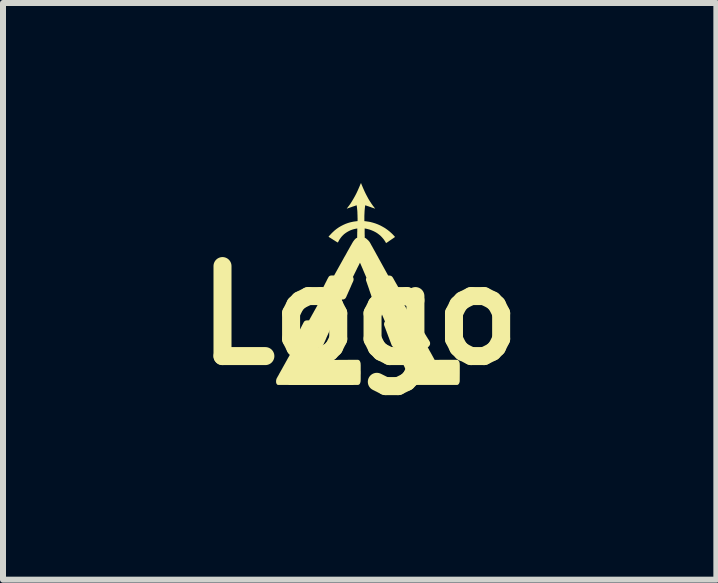
<source format=kicad_pcb>
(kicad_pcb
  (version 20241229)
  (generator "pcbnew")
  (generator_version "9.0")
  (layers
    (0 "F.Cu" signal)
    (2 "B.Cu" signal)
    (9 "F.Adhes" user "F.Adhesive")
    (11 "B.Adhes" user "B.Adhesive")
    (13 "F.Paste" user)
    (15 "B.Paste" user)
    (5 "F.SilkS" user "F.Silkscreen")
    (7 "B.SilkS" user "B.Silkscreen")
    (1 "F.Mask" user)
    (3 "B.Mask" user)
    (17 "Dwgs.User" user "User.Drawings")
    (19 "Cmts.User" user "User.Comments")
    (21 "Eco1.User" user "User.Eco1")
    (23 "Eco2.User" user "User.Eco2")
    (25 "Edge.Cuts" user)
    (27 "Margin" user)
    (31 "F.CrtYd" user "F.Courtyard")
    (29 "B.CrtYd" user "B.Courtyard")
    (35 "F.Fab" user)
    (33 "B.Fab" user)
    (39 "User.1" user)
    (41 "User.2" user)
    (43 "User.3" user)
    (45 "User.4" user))
  (footprint "Logo"
    (layer "F.Cu")
    (at 2.943 2.205)
    (property "Reference" "Logo" (at 0 0 0) (layer "F.SilkS") (effects (font (size 1.5 1.5) (thickness 0.3))))
    (attr board_only exclude_from_pos_files exclude_from_bom)
    (fp_poly (pts (xy 0.023 -2.204) (xy 0.024 -2.202) (xy 0.025 -2.199) (xy 0.026 -2.194) (xy 0.029 -2.188) (xy 0.032 -2.179) (xy 0.036 -2.17) (xy 0.041 -2.159) (xy 0.046 -2.147) (xy 0.051 -2.135) (xy 0.056 -2.123) (xy 0.062 -2.11) (xy 0.067 -2.098) (xy 0.072 -2.087) (xy 0.077 -2.076) (xy 0.081 -2.067) (xy 0.102 -2.023) (xy 0.125 -1.98) (xy 0.147 -1.939) (xy 0.171 -1.9) (xy 0.195 -1.863) (xy 0.219 -1.829) (xy 0.244 -1.797) (xy 0.246 -1.794) (xy 0.25 -1.789) (xy 0.253 -1.784) (xy 0.256 -1.781) (xy 0.258 -1.779) (xy 0.258 -1.779) (xy 0.258 -1.778) (xy 0.256 -1.779) (xy 0.253 -1.779) (xy 0.247 -1.782) (xy 0.239 -1.784) (xy 0.23 -1.788) (xy 0.219 -1.791) (xy 0.208 -1.795) (xy 0.196 -1.799) (xy 0.184 -1.804) (xy 0.171 -1.808) (xy 0.159 -1.812) (xy 0.147 -1.817) (xy 0.135 -1.82) (xy 0.125 -1.824) (xy 0.115 -1.827) (xy 0.107 -1.83) (xy 0.101 -1.832) (xy 0.096 -1.834) (xy 0.094 -1.835) (xy 0.094 -1.835) (xy 0.093 -1.833) (xy 0.092 -1.83) (xy 0.091 -1.828) (xy 0.088 -1.806) (xy 0.086 -1.785) (xy 0.084 -1.764) (xy 0.082 -1.744) (xy 0.081 -1.723) (xy 0.08 -1.702) (xy 0.079 -1.679) (xy 0.078 -1.655) (xy 0.078 -1.628) (xy 0.078 -1.57) (xy 0.084 -1.57) (xy 0.093 -1.569) (xy 0.104 -1.568) (xy 0.117 -1.566) (xy 0.13 -1.564) (xy 0.143 -1.562) (xy 0.156 -1.56) (xy 0.168 -1.558) (xy 0.178 -1.556) (xy 0.22 -1.545) (xy 0.262 -1.532) (xy 0.304 -1.516) (xy 0.344 -1.498) (xy 0.383 -1.477) (xy 0.421 -1.455) (xy 0.457 -1.43) (xy 0.492 -1.403) (xy 0.525 -1.374) (xy 0.547 -1.353) (xy 0.554 -1.346) (xy 0.561 -1.338) (xy 0.568 -1.331) (xy 0.574 -1.324) (xy 0.58 -1.318) (xy 0.584 -1.313) (xy 0.587 -1.309) (xy 0.589 -1.307) (xy 0.589 -1.307) (xy 0.588 -1.306) (xy 0.585 -1.304) (xy 0.58 -1.3) (xy 0.573 -1.296) (xy 0.566 -1.29) (xy 0.557 -1.284) (xy 0.547 -1.277) (xy 0.537 -1.27) (xy 0.526 -1.263) (xy 0.515 -1.255) (xy 0.504 -1.248) (xy 0.493 -1.24) (xy 0.483 -1.233) (xy 0.473 -1.226) (xy 0.464 -1.22) (xy 0.456 -1.215) (xy 0.449 -1.211) (xy 0.444 -1.207) (xy 0.441 -1.205) (xy 0.439 -1.204) (xy 0.439 -1.204) (xy 0.439 -1.206) (xy 0.437 -1.209) (xy 0.435 -1.213) (xy 0.433 -1.216) (xy 0.429 -1.224) (xy 0.423 -1.234) (xy 0.416 -1.244) (xy 0.409 -1.255) (xy 0.401 -1.266) (xy 0.394 -1.275) (xy 0.389 -1.281) (xy 0.367 -1.306) (xy 0.343 -1.33) (xy 0.317 -1.351) (xy 0.29 -1.371) (xy 0.26 -1.389) (xy 0.23 -1.404) (xy 0.197 -1.418) (xy 0.164 -1.43) (xy 0.13 -1.439) (xy 0.104 -1.445) (xy 0.097 -1.446) (xy 0.091 -1.447) (xy 0.087 -1.448) (xy 0.084 -1.448) (xy 0.084 -1.448) (xy 0.083 -1.447) (xy 0.083 -1.443) (xy 0.083 -1.436) (xy 0.083 -1.427) (xy 0.083 -1.416) (xy 0.083 -1.402) (xy 0.083 -1.387) (xy 0.083 -1.369) (xy 0.083 -1.348) (xy 0.084 -1.342) (xy 0.084 -1.294) (xy 0.092 -1.29) (xy 0.1 -1.286) (xy 0.109 -1.28) (xy 0.118 -1.272) (xy 0.128 -1.263) (xy 0.138 -1.254) (xy 0.148 -1.244) (xy 0.156 -1.234) (xy 0.164 -1.225) (xy 0.167 -1.219) (xy 0.169 -1.217) (xy 0.171 -1.213) (xy 0.175 -1.206) (xy 0.18 -1.198) (xy 0.186 -1.187) (xy 0.192 -1.175) (xy 0.2 -1.161) (xy 0.209 -1.146) (xy 0.218 -1.129) (xy 0.228 -1.111) (xy 0.239 -1.091) (xy 0.251 -1.07) (xy 0.263 -1.048) (xy 0.275 -1.026) (xy 0.288 -1.002) (xy 0.302 -0.978) (xy 0.315 -0.953) (xy 0.324 -0.937) (xy 0.474 -0.665) (xy 0.491 -0.664) (xy 0.503 -0.663) (xy 0.514 -0.661) (xy 0.523 -0.657) (xy 0.532 -0.653) (xy 0.54 -0.646) (xy 0.54 -0.646) (xy 0.541 -0.644) (xy 0.543 -0.643) (xy 0.545 -0.641) (xy 0.546 -0.639) (xy 0.548 -0.636) (xy 0.551 -0.632) (xy 0.554 -0.627) (xy 0.557 -0.621) (xy 0.562 -0.614) (xy 0.567 -0.605) (xy 0.572 -0.595) (xy 0.579 -0.583) (xy 0.587 -0.569) (xy 0.596 -0.552) (xy 0.599 -0.548) (xy 0.607 -0.533) (xy 0.616 -0.518) (xy 0.625 -0.502) (xy 0.634 -0.486) (xy 0.642 -0.471) (xy 0.65 -0.456) (xy 0.658 -0.443) (xy 0.664 -0.431) (xy 0.668 -0.424) (xy 0.675 -0.413) (xy 0.681 -0.402) (xy 0.687 -0.391) (xy 0.693 -0.381) (xy 0.698 -0.372) (xy 0.702 -0.364) (xy 0.705 -0.358) (xy 0.705 -0.358) (xy 0.709 -0.351) (xy 0.713 -0.344) (xy 0.716 -0.337) (xy 0.718 -0.333) (xy 0.718 -0.331) (xy 0.72 -0.319) (xy 0.719 -0.306) (xy 0.716 -0.293) (xy 0.711 -0.282) (xy 0.703 -0.271) (xy 0.703 -0.27) (xy 0.696 -0.263) (xy 0.787 -0.098) (xy 0.797 -0.078) (xy 0.808 -0.059) (xy 0.818 -0.041) (xy 0.827 -0.024) (xy 0.836 -0.008) (xy 0.844 0.007) (xy 0.852 0.021) (xy 0.859 0.033) (xy 0.865 0.044) (xy 0.87 0.053) (xy 0.874 0.06) (xy 0.877 0.065) (xy 0.878 0.068) (xy 0.879 0.069) (xy 0.881 0.07) (xy 0.884 0.07) (xy 0.89 0.071) (xy 0.894 0.071) (xy 0.908 0.073) (xy 0.921 0.076) (xy 0.932 0.08) (xy 0.937 0.083) (xy 0.941 0.085) (xy 0.944 0.088) (xy 0.948 0.09) (xy 0.951 0.094) (xy 0.955 0.097) (xy 0.959 0.102) (xy 0.963 0.108) (xy 0.968 0.115) (xy 0.973 0.124) (xy 0.98 0.134) (xy 0.988 0.146) (xy 0.996 0.16) (xy 0.997 0.161) (xy 1.011 0.184) (xy 1.025 0.206) (xy 1.037 0.226) (xy 1.048 0.244) (xy 1.058 0.26) (xy 1.066 0.273) (xy 1.073 0.285) (xy 1.079 0.294) (xy 1.082 0.299) (xy 1.085 0.304) (xy 1.09 0.311) (xy 1.095 0.32) (xy 1.101 0.329) (xy 1.107 0.338) (xy 1.111 0.346) (xy 1.117 0.356) (xy 1.124 0.366) (xy 1.13 0.376) (xy 1.135 0.385) (xy 1.14 0.393) (xy 1.143 0.397) (xy 1.151 0.409) (xy 1.157 0.419) (xy 1.162 0.428) (xy 1.166 0.435) (xy 1.168 0.441) (xy 1.171 0.446) (xy 1.172 0.451) (xy 1.173 0.455) (xy 1.173 0.46) (xy 1.173 0.465) (xy 1.173 0.471) (xy 1.173 0.471) (xy 1.173 0.478) (xy 1.172 0.483) (xy 1.171 0.487) (xy 1.17 0.491) (xy 1.167 0.496) (xy 1.167 0.496) (xy 1.159 0.509) (xy 1.151 0.519) (xy 1.142 0.526) (xy 1.138 0.529) (xy 1.136 0.531) (xy 1.135 0.532) (xy 1.135 0.534) (xy 1.137 0.537) (xy 1.14 0.543) (xy 1.144 0.55) (xy 1.149 0.559) (xy 1.155 0.57) (xy 1.161 0.582) (xy 1.168 0.595) (xy 1.176 0.608) (xy 1.184 0.623) (xy 1.192 0.637) (xy 1.249 0.741) (xy 1.436 0.74) (xy 1.462 0.74) (xy 1.487 0.74) (xy 1.508 0.74) (xy 1.528 0.74) (xy 1.545 0.74) (xy 1.561 0.74) (xy 1.574 0.74) (xy 1.586 0.74) (xy 1.596 0.74) (xy 1.605 0.74) (xy 1.613 0.741) (xy 1.619 0.741) (xy 1.624 0.741) (xy 1.628 0.742) (xy 1.631 0.743) (xy 1.634 0.743) (xy 1.636 0.744) (xy 1.638 0.745) (xy 1.639 0.746) (xy 1.641 0.747) (xy 1.642 0.748) (xy 1.644 0.75) (xy 1.645 0.751) (xy 1.652 0.759) (xy 1.657 0.768) (xy 1.662 0.78) (xy 1.665 0.794) (xy 1.667 0.805) (xy 1.667 0.808) (xy 1.667 0.814) (xy 1.667 0.823) (xy 1.668 0.835) (xy 1.668 0.849) (xy 1.668 0.865) (xy 1.668 0.885) (xy 1.668 0.907) (xy 1.668 0.932) (xy 1.668 0.957) (xy 1.667 1.099) (xy 1.664 1.113) (xy 1.66 1.125) (xy 1.655 1.136) (xy 1.65 1.144) (xy 1.643 1.15) (xy 1.636 1.155) (xy 1.635 1.156) (xy 1.627 1.159) (xy 1.28 1.159) (xy 1.244 1.159) (xy 1.211 1.159) (xy 1.18 1.159) (xy 1.151 1.159) (xy 1.125 1.159) (xy 1.1 1.159) (xy 1.078 1.159) (xy 1.058 1.159) (xy 1.04 1.159) (xy 1.024 1.159) (xy 1.009 1.159) (xy 0.996 1.159) (xy 0.984 1.159) (xy 0.974 1.159) (xy 0.965 1.159) (xy 0.957 1.159) (xy 0.951 1.159) (xy 0.945 1.159) (xy 0.94 1.158) (xy 0.936 1.158) (xy 0.933 1.158) (xy 0.93 1.158) (xy 0.928 1.158) (xy 0.927 1.158) (xy 0.925 1.157) (xy 0.924 1.157) (xy 0.923 1.157) (xy 0.908 1.151) (xy 0.893 1.144) (xy 0.88 1.133) (xy 0.868 1.121) (xy 0.857 1.107) (xy 0.85 1.094) (xy 0.848 1.09) (xy 0.845 1.084) (xy 0.842 1.075) (xy 0.837 1.064) (xy 0.831 1.052) (xy 0.825 1.038) (xy 0.818 1.022) (xy 0.81 1.005) (xy 0.802 0.986) (xy 0.793 0.967) (xy 0.784 0.946) (xy 0.775 0.925) (xy 0.765 0.902) (xy 0.755 0.879) (xy 0.745 0.856) (xy 0.734 0.832) (xy 0.724 0.809) (xy 0.714 0.785) (xy 0.703 0.761) (xy 0.693 0.738) (xy 0.683 0.715) (xy 0.673 0.692) (xy 0.664 0.671) (xy 0.655 0.65) (xy 0.646 0.63) (xy 0.638 0.611) (xy 0.63 0.593) (xy 0.623 0.577) (xy 0.617 0.563) (xy 0.614 0.556) (xy 0.608 0.542) (xy 0.599 0.541) (xy 0.587 0.539) (xy 0.576 0.536) (xy 0.565 0.531) (xy 0.564 0.53) (xy 0.557 0.526) (xy 0.55 0.52) (xy 0.544 0.514) (xy 0.539 0.507) (xy 0.538 0.506) (xy 0.536 0.503) (xy 0.534 0.499) (xy 0.532 0.492) (xy 0.528 0.484) (xy 0.524 0.474) (xy 0.52 0.462) (xy 0.515 0.449) (xy 0.51 0.436) (xy 0.504 0.421) (xy 0.501 0.412) (xy 0.494 0.395) (xy 0.488 0.376) (xy 0.48 0.357) (xy 0.473 0.338) (xy 0.466 0.319) (xy 0.459 0.3) (xy 0.452 0.283) (xy 0.447 0.267) (xy 0.442 0.255) (xy 0.437 0.242) (xy 0.432 0.229) (xy 0.428 0.217) (xy 0.424 0.206) (xy 0.42 0.197) (xy 0.417 0.188) (xy 0.415 0.182) (xy 0.413 0.178) (xy 0.412 0.177) (xy 0.409 0.167) (xy 0.407 0.159) (xy 0.406 0.151) (xy 0.406 0.142) (xy 0.408 0.129) (xy 0.412 0.116) (xy 0.417 0.109) (xy 0.421 0.102) (xy 0.347 -0.073) (xy 0.274 -0.247) (xy 0.262 -0.249) (xy 0.25 -0.251) (xy 0.239 -0.255) (xy 0.23 -0.26) (xy 0.222 -0.267) (xy 0.217 -0.272) (xy 0.215 -0.274) (xy 0.213 -0.277) (xy 0.211 -0.28) (xy 0.209 -0.283) (xy 0.207 -0.288) (xy 0.205 -0.294) (xy 0.202 -0.301) (xy 0.199 -0.31) (xy 0.195 -0.322) (xy 0.193 -0.327) (xy 0.189 -0.341) (xy 0.184 -0.356) (xy 0.178 -0.371) (xy 0.173 -0.388) (xy 0.167 -0.404) (xy 0.161 -0.422) (xy 0.156 -0.439) (xy 0.15 -0.456) (xy 0.144 -0.472) (xy 0.139 -0.488) (xy 0.133 -0.504) (xy 0.128 -0.518) (xy 0.124 -0.531) (xy 0.12 -0.543) (xy 0.116 -0.553) (xy 0.114 -0.561) (xy 0.111 -0.567) (xy 0.11 -0.571) (xy 0.11 -0.571) (xy 0.108 -0.578) (xy 0.106 -0.583) (xy 0.105 -0.587) (xy 0.105 -0.593) (xy 0.105 -0.597) (xy 0.105 -0.604) (xy 0.106 -0.61) (xy 0.107 -0.615) (xy 0.109 -0.62) (xy 0.112 -0.629) (xy 0.059 -0.753) (xy 0.052 -0.77) (xy 0.045 -0.787) (xy 0.038 -0.802) (xy 0.032 -0.817) (xy 0.026 -0.83) (xy 0.021 -0.843) (xy 0.016 -0.853) (xy 0.012 -0.862) (xy 0.009 -0.869) (xy 0.007 -0.874) (xy 0.006 -0.877) (xy 0.005 -0.878) (xy 0.005 -0.877) (xy 0.003 -0.873) (xy 0.000058 -0.868) (xy -0.004 -0.861) (xy -0.008 -0.852) (xy -0.013 -0.841) (xy -0.019 -0.83) (xy -0.026 -0.816) (xy -0.033 -0.802) (xy -0.041 -0.787) (xy -0.048 -0.771) (xy -0.049 -0.769) (xy -0.057 -0.753) (xy -0.065 -0.737) (xy -0.072 -0.722) (xy -0.079 -0.708) (xy -0.086 -0.695) (xy -0.091 -0.683) (xy -0.096 -0.673) (xy -0.101 -0.664) (xy -0.104 -0.657) (xy -0.106 -0.652) (xy -0.108 -0.65) (xy -0.108 -0.65) (xy -0.113 -0.64) (xy -0.109 -0.634) (xy -0.104 -0.623) (xy -0.102 -0.611) (xy -0.101 -0.598) (xy -0.103 -0.586) (xy -0.104 -0.58) (xy -0.106 -0.576) (xy -0.108 -0.57) (xy -0.111 -0.562) (xy -0.115 -0.554) (xy -0.119 -0.545) (xy -0.122 -0.539) (xy -0.126 -0.53) (xy -0.131 -0.519) (xy -0.136 -0.507) (xy -0.142 -0.494) (xy -0.147 -0.481) (xy -0.153 -0.468) (xy -0.156 -0.461) (xy -0.162 -0.448) (xy -0.168 -0.433) (xy -0.175 -0.418) (xy -0.182 -0.402) (xy -0.189 -0.387) (xy -0.195 -0.373) (xy -0.197 -0.369) (xy -0.201 -0.358) (xy -0.206 -0.348) (xy -0.211 -0.338) (xy -0.215 -0.329) (xy -0.218 -0.321) (xy -0.22 -0.315) (xy -0.222 -0.312) (xy -0.228 -0.299) (xy -0.234 -0.29) (xy -0.24 -0.282) (xy -0.248 -0.276) (xy -0.256 -0.271) (xy -0.257 -0.27) (xy -0.261 -0.268) (xy -0.265 -0.267) (xy -0.27 -0.266) (xy -0.275 -0.266) (xy -0.281 -0.265) (xy -0.296 -0.265) (xy -0.388 -0.078) (xy -0.479 0.108) (xy -0.475 0.115) (xy -0.469 0.128) (xy -0.465 0.142) (xy -0.464 0.149) (xy -0.464 0.153) (xy -0.464 0.157) (xy -0.464 0.161) (xy -0.465 0.166) (xy -0.466 0.17) (xy -0.468 0.176) (xy -0.47 0.182) (xy -0.473 0.19) (xy -0.476 0.198) (xy -0.481 0.209) (xy -0.486 0.221) (xy -0.493 0.235) (xy -0.495 0.241) (xy -0.498 0.246) (xy -0.501 0.253) (xy -0.504 0.262) (xy -0.508 0.271) (xy -0.512 0.28) (xy -0.513 0.282) (xy -0.518 0.292) (xy -0.523 0.303) (xy -0.527 0.314) (xy -0.532 0.324) (xy -0.536 0.333) (xy -0.536 0.333) (xy -0.54 0.341) (xy -0.544 0.351) (xy -0.549 0.361) (xy -0.554 0.373) (xy -0.558 0.384) (xy -0.562 0.392) (xy -0.57 0.411) (xy -0.577 0.427) (xy -0.584 0.441) (xy -0.589 0.454) (xy -0.594 0.464) (xy -0.598 0.473) (xy -0.601 0.48) (xy -0.604 0.487) (xy -0.607 0.492) (xy -0.609 0.495) (xy -0.61 0.499) (xy -0.612 0.501) (xy -0.613 0.503) (xy -0.615 0.505) (xy -0.616 0.506) (xy -0.618 0.508) (xy -0.619 0.509) (xy -0.62 0.51) (xy -0.628 0.517) (xy -0.637 0.522) (xy -0.641 0.524) (xy -0.645 0.526) (xy -0.648 0.527) (xy -0.651 0.527) (xy -0.656 0.527) (xy -0.663 0.528) (xy -0.666 0.528) (xy -0.673 0.528) (xy -0.678 0.528) (xy -0.682 0.529) (xy -0.684 0.529) (xy -0.685 0.53) (xy -0.686 0.531) (xy -0.686 0.532) (xy -0.687 0.534) (xy -0.689 0.537) (xy -0.692 0.543) (xy -0.696 0.551) (xy -0.701 0.561) (xy -0.706 0.572) (xy -0.712 0.584) (xy -0.719 0.597) (xy -0.726 0.612) (xy -0.733 0.627) (xy -0.739 0.639) (xy -0.79 0.743) (xy -0.755 0.744) (xy -0.751 0.744) (xy -0.744 0.744) (xy -0.735 0.744) (xy -0.723 0.744) (xy -0.709 0.744) (xy -0.693 0.743) (xy -0.676 0.743) (xy -0.656 0.743) (xy -0.635 0.743) (xy -0.612 0.743) (xy -0.588 0.743) (xy -0.563 0.743) (xy -0.536 0.743) (xy -0.509 0.742) (xy -0.48 0.742) (xy -0.451 0.742) (xy -0.421 0.742) (xy -0.391 0.742) (xy -0.377 0.742) (xy -0.347 0.741) (xy -0.318 0.741) (xy -0.289 0.741) (xy -0.261 0.741) (xy -0.234 0.741) (xy -0.209 0.741) (xy -0.184 0.74) (xy -0.161 0.74) (xy -0.139 0.74) (xy -0.119 0.74) (xy -0.101 0.74) (xy -0.084 0.74) (xy -0.069 0.74) (xy -0.057 0.74) (xy -0.046 0.74) (xy -0.038 0.74) (xy -0.032 0.74) (xy -0.028 0.74) (xy -0.028 0.74) (xy -0.018 0.743) (xy -0.009 0.748) (xy -0.001 0.756) (xy 0.005 0.765) (xy 0.01 0.778) (xy 0.014 0.792) (xy 0.015 0.8) (xy 0.016 0.803) (xy 0.016 0.81) (xy 0.016 0.818) (xy 0.017 0.828) (xy 0.017 0.84) (xy 0.017 0.854) (xy 0.017 0.869) (xy 0.017 0.885) (xy 0.017 0.902) (xy 0.017 0.919) (xy 0.018 0.937) (xy 0.018 0.955) (xy 0.018 0.973) (xy 0.017 0.991) (xy 0.017 1.008) (xy 0.017 1.024) (xy 0.017 1.039) (xy 0.017 1.053) (xy 0.017 1.066) (xy 0.016 1.077) (xy 0.016 1.086) (xy 0.016 1.093) (xy 0.016 1.098) (xy 0.015 1.099) (xy 0.012 1.114) (xy 0.008 1.127) (xy 0.003 1.138) (xy -0.003 1.146) (xy -0.011 1.153) (xy -0.02 1.157) (xy -0.024 1.158) (xy -0.024 1.158) (xy -0.026 1.158) (xy -0.027 1.158) (xy -0.03 1.159) (xy -0.033 1.159) (xy -0.036 1.159) (xy -0.041 1.159) (xy -0.046 1.159) (xy -0.052 1.159) (xy -0.059 1.159) (xy -0.067 1.159) (xy -0.077 1.159) (xy -0.087 1.159) (xy -0.099 1.159) (xy -0.112 1.16) (xy -0.126 1.16) (xy -0.142 1.16) (xy -0.16 1.16) (xy -0.179 1.16) (xy -0.199 1.16) (xy -0.222 1.16) (xy -0.246 1.16) (xy -0.272 1.16) (xy -0.3 1.16) (xy -0.33 1.16) (xy -0.362 1.16) (xy -0.396 1.16) (xy -0.432 1.16) (xy -0.471 1.16) (xy -0.512 1.16) (xy -0.555 1.16) (xy -0.601 1.16) (xy -0.649 1.16) (xy -0.695 1.16) (xy -0.737 1.16) (xy -0.779 1.16) (xy -0.819 1.16) (xy -0.859 1.16) (xy -0.898 1.16) (xy -0.936 1.16) (xy -0.972 1.16) (xy -1.008 1.16) (xy -1.043 1.16) (xy -1.076 1.16) (xy -1.107 1.16) (xy -1.138 1.16) (xy -1.166 1.16) (xy -1.194 1.159) (xy -1.219 1.159) (xy -1.243 1.159) (xy -1.264 1.159) (xy -1.284 1.159) (xy -1.302 1.159) (xy -1.318 1.159) (xy -1.331 1.159) (xy -1.342 1.159) (xy -1.351 1.159) (xy -1.357 1.159) (xy -1.361 1.159) (xy -1.363 1.159) (xy -1.371 1.155) (xy -1.378 1.149) (xy -1.385 1.14) (xy -1.389 1.13) (xy -1.391 1.122) (xy -1.393 1.114) (xy -1.393 1.104) (xy -1.393 1.094) (xy -1.392 1.083) (xy -1.391 1.077) (xy -1.39 1.071) (xy -1.388 1.065) (xy -1.386 1.058) (xy -1.383 1.051) (xy -1.379 1.043) (xy -1.373 1.033) (xy -1.369 1.025) (xy -1.366 1.02) (xy -1.362 1.012) (xy -1.356 1.003) (xy -1.35 0.992) (xy -1.343 0.979) (xy -1.336 0.965) (xy -1.327 0.95) (xy -1.319 0.935) (xy -1.31 0.919) (xy -1.3 0.902) (xy -1.291 0.886) (xy -1.282 0.869) (xy -1.273 0.853) (xy -1.264 0.837) (xy -1.256 0.822) (xy -1.248 0.809) (xy -1.241 0.796) (xy -1.235 0.785) (xy -1.23 0.775) (xy -1.226 0.769) (xy -1.223 0.763) (xy -1.219 0.756) (xy -1.214 0.748) (xy -1.209 0.738) (xy -1.203 0.727) (xy -1.197 0.716) (xy -1.191 0.705) (xy -1.184 0.694) (xy -1.177 0.681) (xy -1.169 0.667) (xy -1.161 0.652) (xy -1.152 0.636) (xy -1.144 0.621) (xy -1.136 0.607) (xy -1.133 0.601) (xy -1.126 0.589) (xy -1.119 0.577) (xy -1.113 0.565) (xy -1.107 0.555) (xy -1.101 0.545) (xy -1.096 0.536) (xy -1.093 0.529) (xy -1.09 0.525) (xy -1.087 0.519) (xy -1.084 0.513) (xy -1.081 0.509) (xy -1.08 0.507) (xy -1.08 0.506) (xy -1.081 0.505) (xy -1.082 0.502) (xy -1.085 0.499) (xy -1.089 0.49) (xy -1.093 0.479) (xy -1.096 0.467) (xy -1.096 0.466) (xy -1.097 0.456) (xy -1.096 0.447) (xy -1.094 0.436) (xy -1.093 0.434) (xy -1.091 0.43) (xy -1.088 0.423) (xy -1.084 0.415) (xy -1.079 0.405) (xy -1.073 0.394) (xy -1.067 0.381) (xy -1.06 0.367) (xy -1.053 0.352) (xy -1.045 0.336) (xy -1.037 0.32) (xy -1.028 0.303) (xy -1.02 0.286) (xy -1.011 0.268) (xy -1.002 0.251) (xy -0.994 0.234) (xy -0.985 0.217) (xy -0.977 0.201) (xy -0.969 0.185) (xy -0.962 0.171) (xy -0.955 0.157) (xy -0.948 0.145) (xy -0.943 0.134) (xy -0.938 0.125) (xy -0.934 0.118) (xy -0.931 0.112) (xy -0.929 0.109) (xy -0.929 0.108) (xy -0.923 0.101) (xy -0.916 0.095) (xy -0.908 0.09) (xy -0.9 0.087) (xy -0.897 0.085) (xy -0.894 0.085) (xy -0.89 0.084) (xy -0.885 0.084) (xy -0.878 0.083) (xy -0.87 0.083) (xy -0.868 0.083) (xy -0.843 0.082) (xy -0.829 0.057) (xy -0.825 0.05) (xy -0.82 0.041) (xy -0.815 0.031) (xy -0.808 0.02) (xy -0.802 0.008) (xy -0.795 -0.005) (xy -0.788 -0.017) (xy -0.786 -0.02) (xy -0.78 -0.032) (xy -0.772 -0.045) (xy -0.765 -0.058) (xy -0.759 -0.07) (xy -0.752 -0.081) (xy -0.746 -0.092) (xy -0.742 -0.1) (xy -0.741 -0.101) (xy -0.735 -0.111) (xy -0.729 -0.123) (xy -0.722 -0.135) (xy -0.715 -0.148) (xy -0.709 -0.159) (xy -0.706 -0.164) (xy -0.701 -0.174) (xy -0.694 -0.185) (xy -0.687 -0.198) (xy -0.68 -0.211) (xy -0.673 -0.223) (xy -0.666 -0.235) (xy -0.666 -0.236) (xy -0.644 -0.276) (xy -0.649 -0.282) (xy -0.656 -0.29) (xy -0.66 -0.298) (xy -0.664 -0.307) (xy -0.666 -0.315) (xy -0.667 -0.324) (xy -0.667 -0.334) (xy -0.666 -0.343) (xy -0.665 -0.349) (xy -0.664 -0.351) (xy -0.662 -0.356) (xy -0.659 -0.362) (xy -0.655 -0.371) (xy -0.65 -0.381) (xy -0.644 -0.392) (xy -0.638 -0.405) (xy -0.63 -0.42) (xy -0.623 -0.435) (xy -0.614 -0.452) (xy -0.606 -0.469) (xy -0.597 -0.487) (xy -0.591 -0.499) (xy -0.58 -0.52) (xy -0.571 -0.539) (xy -0.562 -0.556) (xy -0.554 -0.571) (xy -0.548 -0.584) (xy -0.542 -0.596) (xy -0.537 -0.606) (xy -0.532 -0.614) (xy -0.529 -0.622) (xy -0.525 -0.627) (xy -0.523 -0.632) (xy -0.52 -0.636) (xy -0.518 -0.64) (xy -0.517 -0.642) (xy -0.515 -0.644) (xy -0.514 -0.646) (xy -0.513 -0.647) (xy -0.512 -0.648) (xy -0.507 -0.653) (xy -0.501 -0.657) (xy -0.496 -0.66) (xy -0.489 -0.662) (xy -0.481 -0.664) (xy -0.471 -0.665) (xy -0.46 -0.665) (xy -0.448 -0.665) (xy -0.426 -0.665) (xy -0.275 -0.936) (xy -0.261 -0.962) (xy -0.247 -0.986) (xy -0.233 -1.01) (xy -0.22 -1.034) (xy -0.208 -1.056) (xy -0.196 -1.078) (xy -0.184 -1.098) (xy -0.173 -1.118) (xy -0.163 -1.136) (xy -0.154 -1.152) (xy -0.145 -1.168) (xy -0.137 -1.181) (xy -0.131 -1.193) (xy -0.125 -1.203) (xy -0.12 -1.211) (xy -0.117 -1.217) (xy -0.114 -1.221) (xy -0.114 -1.223) (xy -0.102 -1.239) (xy -0.092 -1.253) (xy -0.081 -1.266) (xy -0.071 -1.276) (xy -0.062 -1.284) (xy -0.053 -1.289) (xy -0.048 -1.291) (xy -0.042 -1.293) (xy -0.041 -1.37) (xy -0.041 -1.384) (xy -0.04 -1.397) (xy -0.04 -1.41) (xy -0.04 -1.421) (xy -0.04 -1.43) (xy -0.04 -1.438) (xy -0.04 -1.443) (xy -0.04 -1.447) (xy -0.04 -1.448) (xy -0.042 -1.448) (xy -0.046 -1.447) (xy -0.051 -1.446) (xy -0.058 -1.445) (xy -0.065 -1.444) (xy -0.073 -1.442) (xy -0.08 -1.441) (xy -0.087 -1.439) (xy -0.093 -1.438) (xy -0.123 -1.429) (xy -0.153 -1.418) (xy -0.182 -1.404) (xy -0.209 -1.389) (xy -0.235 -1.372) (xy -0.26 -1.353) (xy -0.282 -1.332) (xy -0.299 -1.314) (xy -0.312 -1.298) (xy -0.322 -1.284) (xy -0.332 -1.27) (xy -0.341 -1.256) (xy -0.349 -1.24) (xy -0.351 -1.237) (xy -0.355 -1.23) (xy -0.358 -1.224) (xy -0.36 -1.219) (xy -0.362 -1.216) (xy -0.363 -1.215) (xy -0.364 -1.215) (xy -0.365 -1.215) (xy -0.367 -1.216) (xy -0.37 -1.217) (xy -0.374 -1.219) (xy -0.378 -1.222) (xy -0.385 -1.226) (xy -0.393 -1.23) (xy -0.402 -1.236) (xy -0.413 -1.243) (xy -0.427 -1.252) (xy -0.436 -1.257) (xy -0.448 -1.265) (xy -0.46 -1.273) (xy -0.472 -1.28) (xy -0.482 -1.287) (xy -0.491 -1.292) (xy -0.499 -1.297) (xy -0.505 -1.301) (xy -0.51 -1.304) (xy -0.512 -1.306) (xy -0.512 -1.306) (xy -0.516 -1.308) (xy -0.517 -1.31) (xy -0.518 -1.311) (xy -0.517 -1.313) (xy -0.515 -1.317) (xy -0.511 -1.321) (xy -0.505 -1.328) (xy -0.498 -1.335) (xy -0.491 -1.343) (xy -0.482 -1.352) (xy -0.473 -1.362) (xy -0.464 -1.371) (xy -0.454 -1.381) (xy -0.445 -1.39) (xy -0.436 -1.398) (xy -0.427 -1.406) (xy -0.42 -1.413) (xy -0.414 -1.418) (xy -0.381 -1.444) (xy -0.346 -1.468) (xy -0.31 -1.489) (xy -0.273 -1.508) (xy -0.235 -1.525) (xy -0.196 -1.539) (xy -0.156 -1.551) (xy -0.15 -1.552) (xy -0.128 -1.557) (xy -0.105 -1.562) (xy -0.083 -1.565) (xy -0.061 -1.568) (xy -0.042 -1.57) (xy -0.039 -1.57) (xy -0.037 -1.571) (xy -0.036 -1.574) (xy -0.036 -1.576) (xy -0.035 -1.579) (xy -0.035 -1.584) (xy -0.035 -1.591) (xy -0.035 -1.6) (xy -0.035 -1.611) (xy -0.035 -1.622) (xy -0.036 -1.635) (xy -0.036 -1.648) (xy -0.036 -1.661) (xy -0.037 -1.675) (xy -0.037 -1.688) (xy -0.038 -1.7) (xy -0.038 -1.712) (xy -0.038 -1.722) (xy -0.039 -1.731) (xy -0.039 -1.737) (xy -0.04 -1.75) (xy -0.042 -1.764) (xy -0.043 -1.777) (xy -0.044 -1.789) (xy -0.045 -1.8) (xy -0.047 -1.811) (xy -0.048 -1.819) (xy -0.049 -1.826) (xy -0.05 -1.831) (xy -0.051 -1.834) (xy -0.051 -1.834) (xy -0.053 -1.834) (xy -0.057 -1.833) (xy -0.062 -1.831) (xy -0.07 -1.828) (xy -0.079 -1.825) (xy -0.09 -1.821) (xy -0.102 -1.817) (xy -0.115 -1.813) (xy -0.129 -1.808) (xy -0.134 -1.806) (xy -0.148 -1.801) (xy -0.161 -1.797) (xy -0.174 -1.792) (xy -0.185 -1.789) (xy -0.195 -1.785) (xy -0.203 -1.782) (xy -0.209 -1.78) (xy -0.213 -1.779) (xy -0.216 -1.778) (xy -0.216 -1.778) (xy -0.215 -1.779) (xy -0.213 -1.782) (xy -0.21 -1.786) (xy -0.207 -1.79) (xy -0.181 -1.824) (xy -0.154 -1.861) (xy -0.129 -1.901) (xy -0.104 -1.943) (xy -0.079 -1.987) (xy -0.055 -2.033) (xy -0.032 -2.082) (xy -0.01 -2.132) (xy 0.007 -2.172) (xy 0.01 -2.181) (xy 0.014 -2.189) (xy 0.017 -2.195) (xy 0.019 -2.2) (xy 0.021 -2.204) (xy 0.022 -2.205)) (stroke (width 0) (type solid)) (fill yes) (layer "F.SilkS")))
  (gr_rect
    (start -3 -3)
    (end 8.886 6.609)
    (stroke (width 0.1) (type default))
    (fill no)
    (layer "Edge.Cuts")))
</source>
